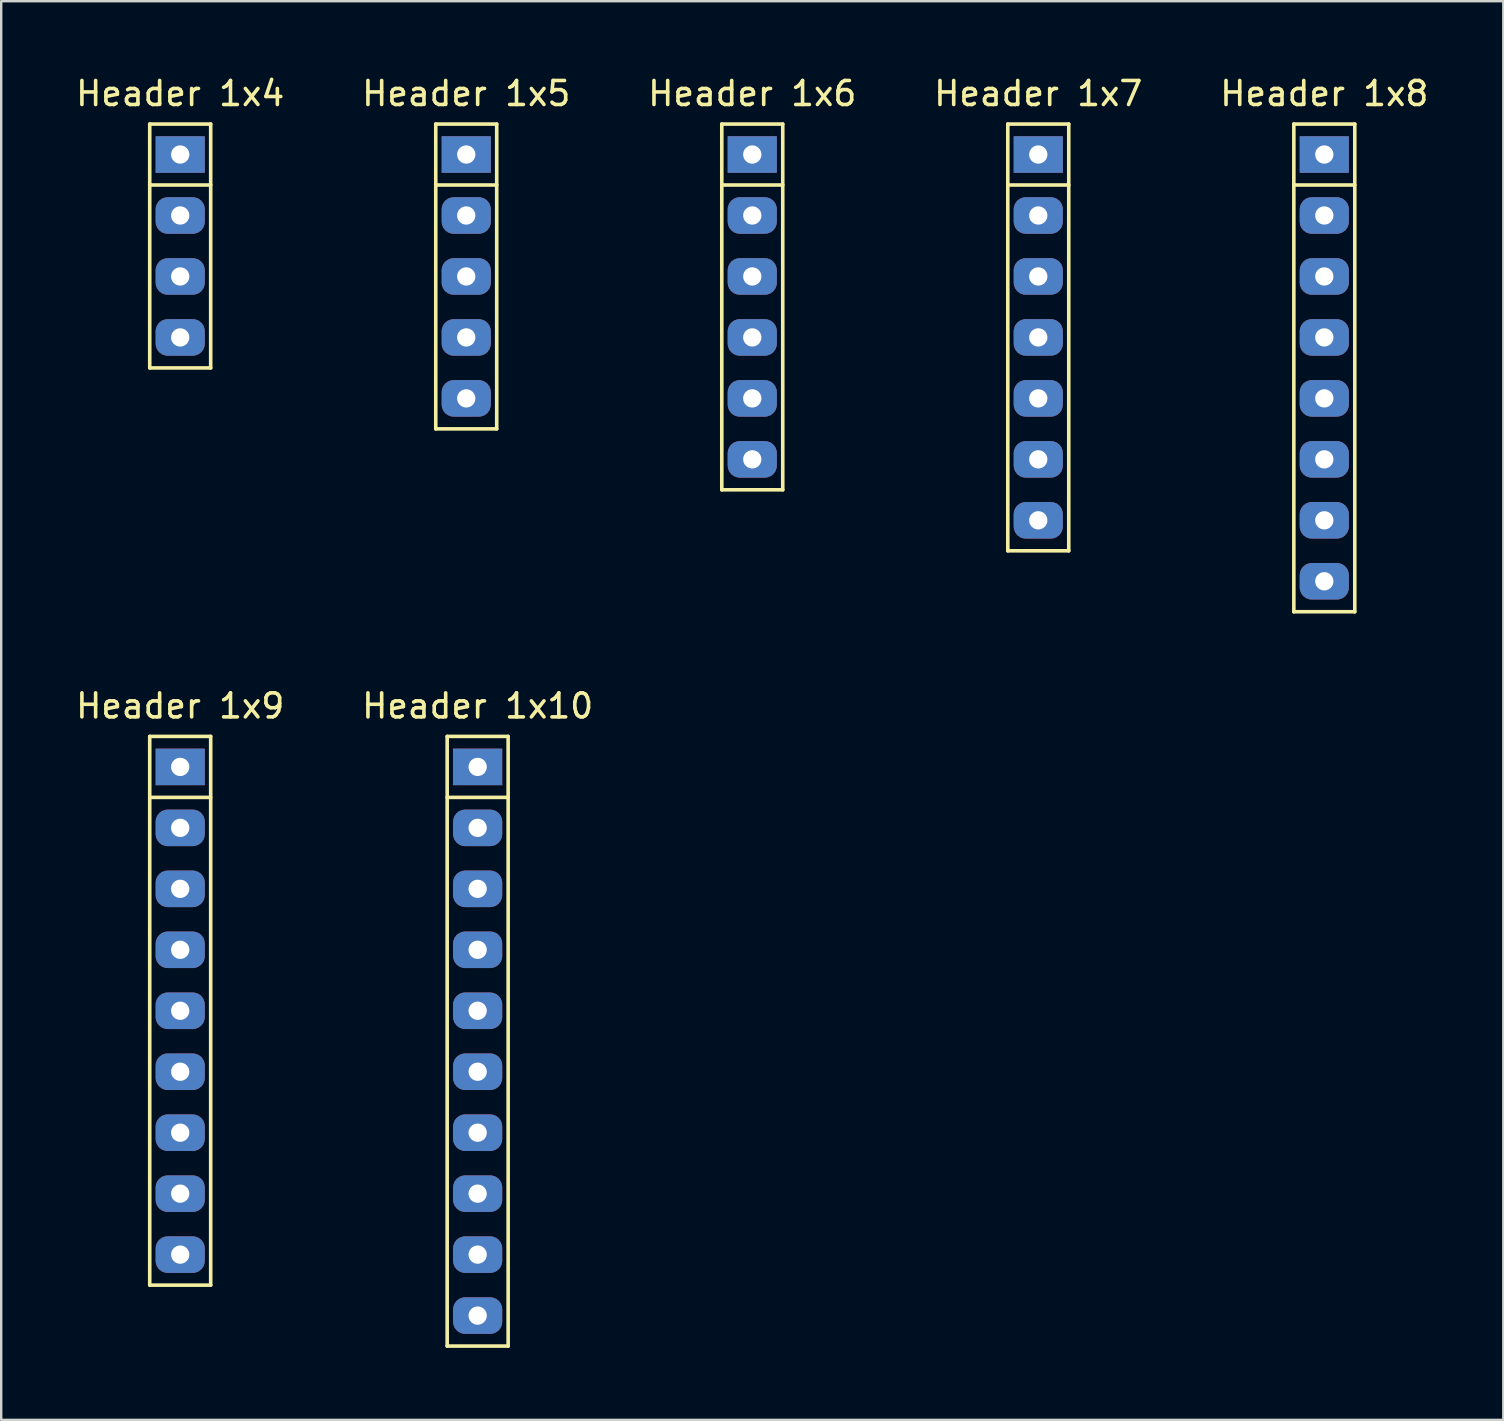
<source format=kicad_pcb>
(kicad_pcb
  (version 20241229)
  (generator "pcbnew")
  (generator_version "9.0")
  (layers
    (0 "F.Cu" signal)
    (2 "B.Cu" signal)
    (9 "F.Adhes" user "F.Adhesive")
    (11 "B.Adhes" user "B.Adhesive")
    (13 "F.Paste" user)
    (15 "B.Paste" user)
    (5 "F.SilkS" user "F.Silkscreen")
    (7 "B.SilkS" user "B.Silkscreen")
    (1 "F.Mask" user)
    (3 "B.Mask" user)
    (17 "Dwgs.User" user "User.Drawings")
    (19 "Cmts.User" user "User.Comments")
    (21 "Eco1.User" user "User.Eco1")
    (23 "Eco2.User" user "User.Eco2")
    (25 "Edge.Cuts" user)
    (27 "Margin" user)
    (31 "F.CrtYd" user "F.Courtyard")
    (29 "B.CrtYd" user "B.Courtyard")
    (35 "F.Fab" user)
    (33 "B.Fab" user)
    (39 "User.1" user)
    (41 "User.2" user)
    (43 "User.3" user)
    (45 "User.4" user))
  (footprint "Header 1x6"
    (layer "F.Cu")
    (at 28.292 9.738)
    (property "Reference" "Header 1x6" (at 0 -8.89 0) (layer "F.SilkS") (effects (font (size 1 1) (thickness 0.15))))
    (attr through_hole)
    (fp_line (start -1.27 -7.62) (end 1.27 -7.62) (stroke (width 0.15) (type solid)) (layer "F.SilkS"))
    (fp_line (start -1.27 -5.08) (end 1.27 -5.08) (stroke (width 0.15) (type solid)) (layer "F.SilkS"))
    (fp_line (start -1.27 7.62) (end -1.27 -7.62) (stroke (width 0.15) (type solid)) (layer "F.SilkS"))
    (fp_line (start 1.27 -7.62) (end 1.27 7.62) (stroke (width 0.15) (type solid)) (layer "F.SilkS"))
    (fp_line (start 1.27 7.62) (end -1.27 7.62) (stroke (width 0.15) (type solid)) (layer "F.SilkS"))
    (pad "1" thru_hole rect (at 0 -6.35) (size 2.048 1.524) (drill 0.762) (layers "*.Cu" "*.Mask"))
    (pad "2" thru_hole roundrect (at 0 -3.81) (size 2.048 1.524) (drill 0.762) (layers "*.Cu" "*.Mask") (roundrect_rratio 0.33))
    (pad "3" thru_hole roundrect (at 0 -1.27) (size 2.048 1.524) (drill 0.762) (layers "*.Cu" "*.Mask") (roundrect_rratio 0.33))
    (pad "4" thru_hole roundrect (at 0 1.27) (size 2.048 1.524) (drill 0.762) (layers "*.Cu" "*.Mask") (roundrect_rratio 0.33))
    (pad "5" thru_hole roundrect (at 0 3.81) (size 2.048 1.524) (drill 0.762) (layers "*.Cu" "*.Mask") (roundrect_rratio 0.33))
    (pad "6" thru_hole roundrect (at 0 6.35) (size 2.048 1.524) (drill 0.762) (layers "*.Cu" "*.Mask") (roundrect_rratio 0.33)))
  (footprint "Header 1x10"
    (layer "F.Cu")
    (at 16.851 39.062)
    (property "Reference" "Header 1x10" (at 0 -12.7 0) (layer "F.SilkS") (effects (font (size 1 1) (thickness 0.15))))
    (attr through_hole)
    (fp_line (start -1.27 -11.43) (end 1.27 -11.43) (stroke (width 0.15) (type solid)) (layer "F.SilkS"))
    (fp_line (start -1.27 -8.89) (end 1.27 -8.89) (stroke (width 0.15) (type solid)) (layer "F.SilkS"))
    (fp_line (start -1.27 13.97) (end -1.27 -11.43) (stroke (width 0.15) (type solid)) (layer "F.SilkS"))
    (fp_line (start 1.27 -11.43) (end 1.27 13.97) (stroke (width 0.15) (type solid)) (layer "F.SilkS"))
    (fp_line (start 1.27 13.97) (end -1.27 13.97) (stroke (width 0.15) (type solid)) (layer "F.SilkS"))
    (pad "1" thru_hole rect (at 0 -10.16) (size 2.048 1.524) (drill 0.762) (layers "*.Cu" "*.Mask"))
    (pad "2" thru_hole roundrect (at 0 -7.62) (size 2.048 1.524) (drill 0.762) (layers "*.Cu" "*.Mask") (roundrect_rratio 0.33))
    (pad "3" thru_hole roundrect (at 0 -5.08) (size 2.048 1.524) (drill 0.762) (layers "*.Cu" "*.Mask") (roundrect_rratio 0.33))
    (pad "4" thru_hole roundrect (at 0 -2.54) (size 2.048 1.524) (drill 0.762) (layers "*.Cu" "*.Mask") (roundrect_rratio 0.33))
    (pad "5" thru_hole roundrect (at 0 0) (size 2.048 1.524) (drill 0.762) (layers "*.Cu" "*.Mask") (roundrect_rratio 0.33))
    (pad "6" thru_hole roundrect (at 0 2.54) (size 2.048 1.524) (drill 0.762) (layers "*.Cu" "*.Mask") (roundrect_rratio 0.33))
    (pad "7" thru_hole roundrect (at 0 5.08) (size 2.048 1.524) (drill 0.762) (layers "*.Cu" "*.Mask") (roundrect_rratio 0.33))
    (pad "8" thru_hole roundrect (at 0 7.62) (size 2.048 1.524) (drill 0.762) (layers "*.Cu" "*.Mask") (roundrect_rratio 0.33))
    (pad "9" thru_hole roundrect (at 0 10.16) (size 2.048 1.524) (drill 0.762) (layers "*.Cu" "*.Mask") (roundrect_rratio 0.33))
    (pad "10" thru_hole roundrect (at 0 12.7) (size 2.048 1.524) (drill 0.762) (layers "*.Cu" "*.Mask") (roundrect_rratio 0.33)))
  (footprint "Header 1x5"
    (layer "F.Cu")
    (at 16.375 8.468)
    (property "Reference" "Header 1x5" (at 0 -7.62 0) (layer "F.SilkS") (effects (font (size 1 1) (thickness 0.15))))
    (attr through_hole)
    (fp_line (start -1.27 -6.35) (end 1.27 -6.35) (stroke (width 0.15) (type solid)) (layer "F.SilkS"))
    (fp_line (start -1.27 -3.81) (end 1.27 -3.81) (stroke (width 0.15) (type solid)) (layer "F.SilkS"))
    (fp_line (start -1.27 6.35) (end -1.27 -6.35) (stroke (width 0.15) (type solid)) (layer "F.SilkS"))
    (fp_line (start 1.27 -6.35) (end 1.27 6.35) (stroke (width 0.15) (type solid)) (layer "F.SilkS"))
    (fp_line (start 1.27 6.35) (end -1.27 6.35) (stroke (width 0.15) (type solid)) (layer "F.SilkS"))
    (pad "1" thru_hole rect (at 0 -5.08) (size 2.048 1.524) (drill 0.762) (layers "*.Cu" "*.Mask"))
    (pad "2" thru_hole roundrect (at 0 -2.54) (size 2.048 1.524) (drill 0.762) (layers "*.Cu" "*.Mask") (roundrect_rratio 0.33))
    (pad "3" thru_hole roundrect (at 0 0) (size 2.048 1.524) (drill 0.762) (layers "*.Cu" "*.Mask") (roundrect_rratio 0.33))
    (pad "4" thru_hole roundrect (at 0 2.54) (size 2.048 1.524) (drill 0.762) (layers "*.Cu" "*.Mask") (roundrect_rratio 0.33))
    (pad "5" thru_hole roundrect (at 0 5.08) (size 2.048 1.524) (drill 0.762) (layers "*.Cu" "*.Mask") (roundrect_rratio 0.33)))
  (footprint "Header 1x9"
    (layer "F.Cu")
    (at 4.458 39.062)
    (property "Reference" "Header 1x9" (at 0 -12.7 0) (layer "F.SilkS") (effects (font (size 1 1) (thickness 0.15))))
    (attr through_hole)
    (fp_line (start -1.27 -11.43) (end 1.27 -11.43) (stroke (width 0.15) (type solid)) (layer "F.SilkS"))
    (fp_line (start -1.27 -8.89) (end 1.27 -8.89) (stroke (width 0.15) (type solid)) (layer "F.SilkS"))
    (fp_line (start -1.27 11.43) (end -1.27 -11.43) (stroke (width 0.15) (type solid)) (layer "F.SilkS"))
    (fp_line (start 1.27 -11.43) (end 1.27 11.43) (stroke (width 0.15) (type solid)) (layer "F.SilkS"))
    (fp_line (start 1.27 11.43) (end -1.27 11.43) (stroke (width 0.15) (type solid)) (layer "F.SilkS"))
    (pad "1" thru_hole rect (at 0 -10.16) (size 2.048 1.524) (drill 0.762) (layers "*.Cu" "*.Mask"))
    (pad "2" thru_hole roundrect (at 0 -7.62) (size 2.048 1.524) (drill 0.762) (layers "*.Cu" "*.Mask") (roundrect_rratio 0.33))
    (pad "3" thru_hole roundrect (at 0 -5.08) (size 2.048 1.524) (drill 0.762) (layers "*.Cu" "*.Mask") (roundrect_rratio 0.33))
    (pad "4" thru_hole roundrect (at 0 -2.54) (size 2.048 1.524) (drill 0.762) (layers "*.Cu" "*.Mask") (roundrect_rratio 0.33))
    (pad "5" thru_hole roundrect (at 0 0) (size 2.048 1.524) (drill 0.762) (layers "*.Cu" "*.Mask") (roundrect_rratio 0.33))
    (pad "6" thru_hole roundrect (at 0 2.54) (size 2.048 1.524) (drill 0.762) (layers "*.Cu" "*.Mask") (roundrect_rratio 0.33))
    (pad "7" thru_hole roundrect (at 0 5.08) (size 2.048 1.524) (drill 0.762) (layers "*.Cu" "*.Mask") (roundrect_rratio 0.33))
    (pad "8" thru_hole roundrect (at 0 7.62) (size 2.048 1.524) (drill 0.762) (layers "*.Cu" "*.Mask") (roundrect_rratio 0.33))
    (pad "9" thru_hole roundrect (at 0 10.16) (size 2.048 1.524) (drill 0.762) (layers "*.Cu" "*.Mask") (roundrect_rratio 0.33)))
  (footprint "Header 1x4"
    (layer "F.Cu")
    (at 4.458 7.198)
    (property "Reference" "Header 1x4" (at 0 -6.35 0) (layer "F.SilkS") (effects (font (size 1 1) (thickness 0.15))))
    (attr through_hole)
    (fp_line (start -1.27 -5.08) (end 1.27 -5.08) (stroke (width 0.15) (type solid)) (layer "F.SilkS"))
    (fp_line (start -1.27 -2.54) (end 1.27 -2.54) (stroke (width 0.15) (type solid)) (layer "F.SilkS"))
    (fp_line (start -1.27 5.08) (end -1.27 -5.08) (stroke (width 0.15) (type solid)) (layer "F.SilkS"))
    (fp_line (start 1.27 -5.08) (end 1.27 5.08) (stroke (width 0.15) (type solid)) (layer "F.SilkS"))
    (fp_line (start 1.27 5.08) (end -1.27 5.08) (stroke (width 0.15) (type solid)) (layer "F.SilkS"))
    (pad "1" thru_hole rect (at 0 -3.81) (size 2.048 1.524) (drill 0.762) (layers "*.Cu" "*.Mask"))
    (pad "2" thru_hole roundrect (at 0 -1.27) (size 2.048 1.524) (drill 0.762) (layers "*.Cu" "*.Mask") (roundrect_rratio 0.33))
    (pad "3" thru_hole roundrect (at 0 1.27) (size 2.048 1.524) (drill 0.762) (layers "*.Cu" "*.Mask") (roundrect_rratio 0.33))
    (pad "4" thru_hole roundrect (at 0 3.81) (size 2.048 1.524) (drill 0.762) (layers "*.Cu" "*.Mask") (roundrect_rratio 0.33)))
  (footprint "Header 1x7"
    (layer "F.Cu")
    (at 40.208 11.008)
    (property "Reference" "Header 1x7" (at 0 -10.16 0) (layer "F.SilkS") (effects (font (size 1 1) (thickness 0.15))))
    (attr through_hole)
    (fp_line (start -1.27 -8.89) (end 1.27 -8.89) (stroke (width 0.15) (type solid)) (layer "F.SilkS"))
    (fp_line (start -1.27 -6.35) (end 1.27 -6.35) (stroke (width 0.15) (type solid)) (layer "F.SilkS"))
    (fp_line (start -1.27 8.89) (end -1.27 -8.89) (stroke (width 0.15) (type solid)) (layer "F.SilkS"))
    (fp_line (start 1.27 -8.89) (end 1.27 8.89) (stroke (width 0.15) (type solid)) (layer "F.SilkS"))
    (fp_line (start 1.27 8.89) (end -1.27 8.89) (stroke (width 0.15) (type solid)) (layer "F.SilkS"))
    (pad "1" thru_hole rect (at 0 -7.62) (size 2.048 1.524) (drill 0.762) (layers "*.Cu" "*.Mask"))
    (pad "2" thru_hole roundrect (at 0 -5.08) (size 2.048 1.524) (drill 0.762) (layers "*.Cu" "*.Mask") (roundrect_rratio 0.33))
    (pad "3" thru_hole roundrect (at 0 -2.54) (size 2.048 1.524) (drill 0.762) (layers "*.Cu" "*.Mask") (roundrect_rratio 0.33))
    (pad "4" thru_hole roundrect (at 0 0) (size 2.048 1.524) (drill 0.762) (layers "*.Cu" "*.Mask") (roundrect_rratio 0.33))
    (pad "5" thru_hole roundrect (at 0 2.54) (size 2.048 1.524) (drill 0.762) (layers "*.Cu" "*.Mask") (roundrect_rratio 0.33))
    (pad "6" thru_hole roundrect (at 0 5.08) (size 2.048 1.524) (drill 0.762) (layers "*.Cu" "*.Mask") (roundrect_rratio 0.33))
    (pad "7" thru_hole roundrect (at 0 7.62) (size 2.048 1.524) (drill 0.762) (layers "*.Cu" "*.Mask") (roundrect_rratio 0.33)))
  (footprint "Header 1x8"
    (layer "F.Cu")
    (at 52.125 12.278)
    (property "Reference" "Header 1x8" (at 0 -11.43 0) (layer "F.SilkS") (effects (font (size 1 1) (thickness 0.15))))
    (attr through_hole)
    (fp_line (start -1.27 -10.16) (end 1.27 -10.16) (stroke (width 0.15) (type solid)) (layer "F.SilkS"))
    (fp_line (start -1.27 -7.62) (end 1.27 -7.62) (stroke (width 0.15) (type solid)) (layer "F.SilkS"))
    (fp_line (start -1.27 10.16) (end -1.27 -10.16) (stroke (width 0.15) (type solid)) (layer "F.SilkS"))
    (fp_line (start 1.27 -10.16) (end 1.27 10.16) (stroke (width 0.15) (type solid)) (layer "F.SilkS"))
    (fp_line (start 1.27 10.16) (end -1.27 10.16) (stroke (width 0.15) (type solid)) (layer "F.SilkS"))
    (pad "1" thru_hole rect (at 0 -8.89) (size 2.048 1.524) (drill 0.762) (layers "*.Cu" "*.Mask"))
    (pad "2" thru_hole roundrect (at 0 -6.35) (size 2.048 1.524) (drill 0.762) (layers "*.Cu" "*.Mask") (roundrect_rratio 0.33))
    (pad "3" thru_hole roundrect (at 0 -3.81) (size 2.048 1.524) (drill 0.762) (layers "*.Cu" "*.Mask") (roundrect_rratio 0.33))
    (pad "4" thru_hole roundrect (at 0 -1.27) (size 2.048 1.524) (drill 0.762) (layers "*.Cu" "*.Mask") (roundrect_rratio 0.33))
    (pad "5" thru_hole roundrect (at 0 1.27) (size 2.048 1.524) (drill 0.762) (layers "*.Cu" "*.Mask") (roundrect_rratio 0.33))
    (pad "6" thru_hole roundrect (at 0 3.81) (size 2.048 1.524) (drill 0.762) (layers "*.Cu" "*.Mask") (roundrect_rratio 0.33))
    (pad "7" thru_hole roundrect (at 0 6.35) (size 2.048 1.524) (drill 0.762) (layers "*.Cu" "*.Mask") (roundrect_rratio 0.33))
    (pad "8" thru_hole roundrect (at 0 8.89) (size 2.048 1.524) (drill 0.762) (layers "*.Cu" "*.Mask") (roundrect_rratio 0.33)))
  (gr_rect
    (start -3 -3)
    (end 59.583 56.106)
    (stroke (width 0.1) (type default))
    (fill no)
    (layer "Edge.Cuts")))
</source>
